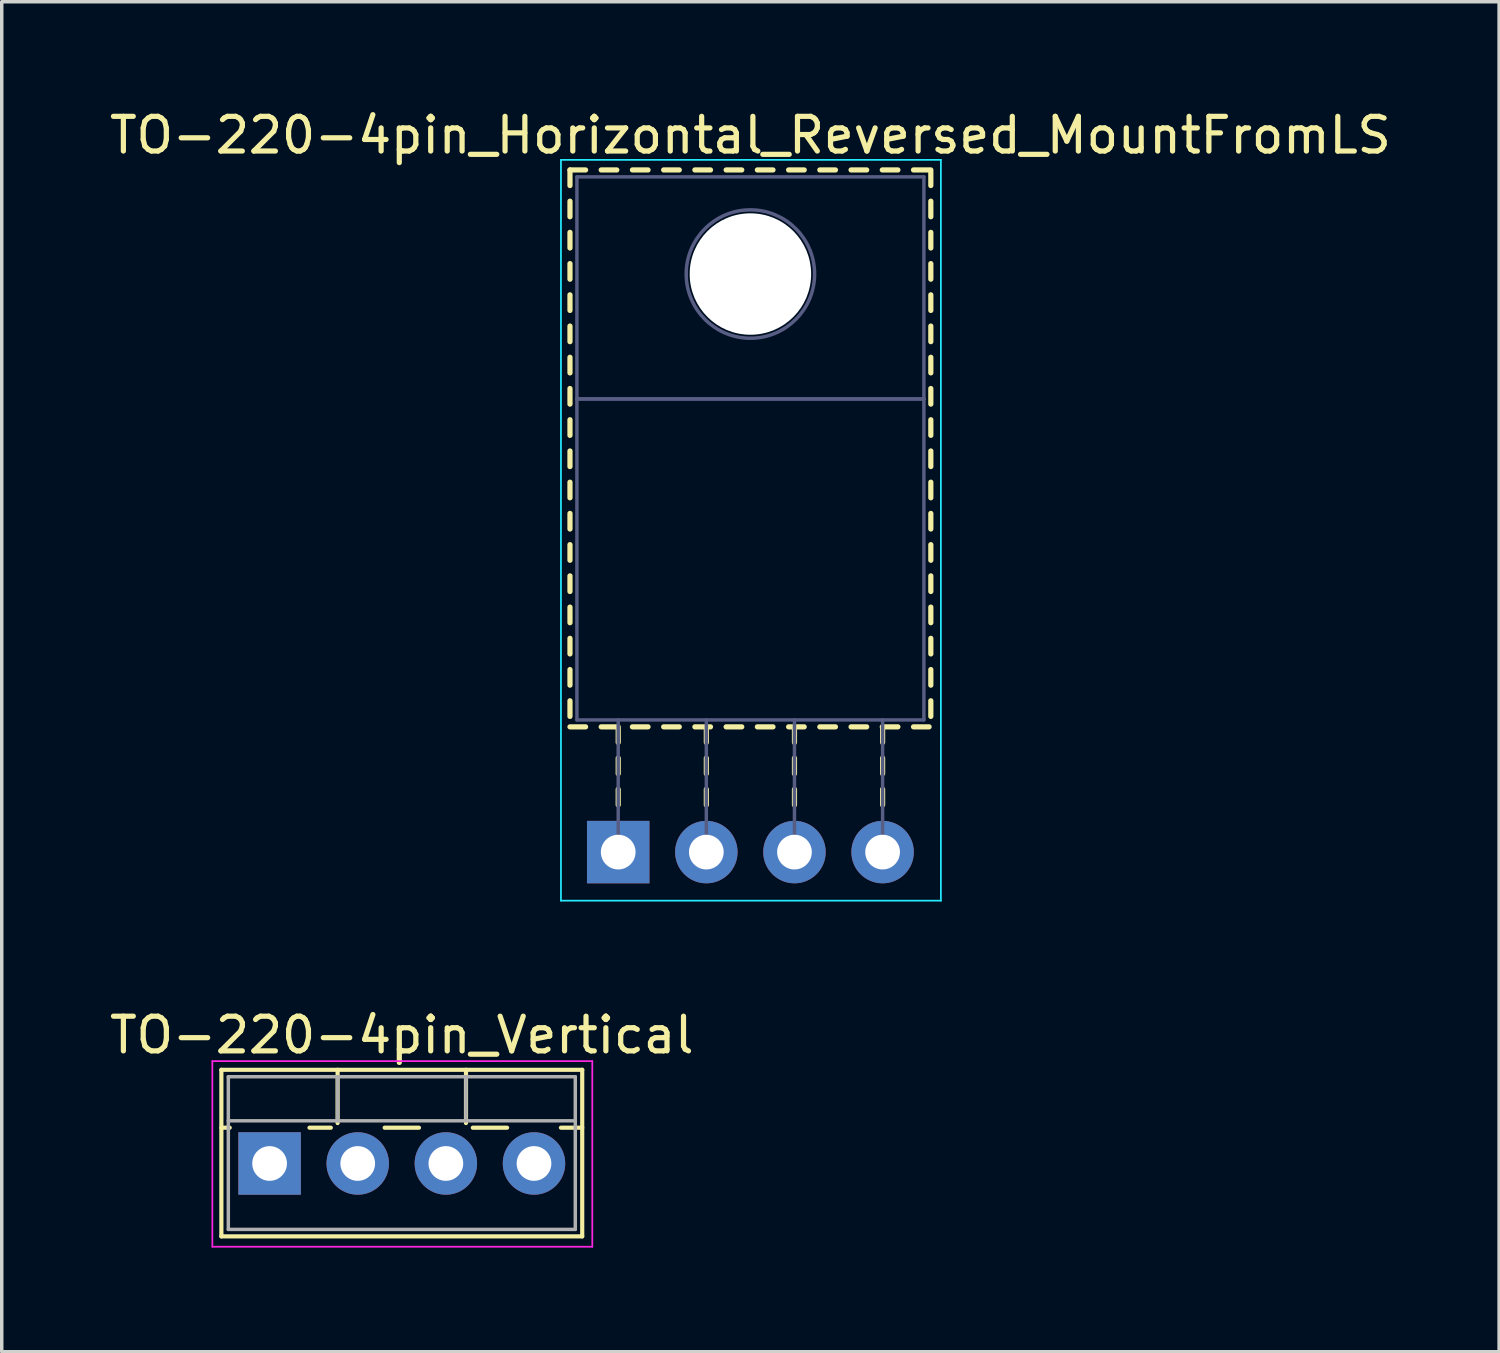
<source format=kicad_pcb>
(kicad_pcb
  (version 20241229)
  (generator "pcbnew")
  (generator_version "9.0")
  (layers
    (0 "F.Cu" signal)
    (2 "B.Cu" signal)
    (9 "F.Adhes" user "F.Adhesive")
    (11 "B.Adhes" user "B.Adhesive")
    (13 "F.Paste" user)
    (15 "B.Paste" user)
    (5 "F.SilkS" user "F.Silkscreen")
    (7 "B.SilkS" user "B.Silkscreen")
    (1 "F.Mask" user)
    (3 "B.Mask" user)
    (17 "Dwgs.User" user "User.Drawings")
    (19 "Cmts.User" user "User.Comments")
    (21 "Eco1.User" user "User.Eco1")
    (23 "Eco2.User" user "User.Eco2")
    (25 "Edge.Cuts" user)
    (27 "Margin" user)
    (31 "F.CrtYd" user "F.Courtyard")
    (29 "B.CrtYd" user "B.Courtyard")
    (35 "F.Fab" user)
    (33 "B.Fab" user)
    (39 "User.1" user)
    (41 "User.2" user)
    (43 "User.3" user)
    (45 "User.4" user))
  (footprint "TO-220-4pin_Vertical"
    (layer "F.Cu")
    (at 4.72 30.482)
    (property "Reference" "TO-220-4pin_Vertical" (at 3.81 -3.7 0) (layer "F.SilkS") (effects (font (size 1 1) (thickness 0.15))))
    (attr through_hole)
    (fp_line (start -1.39 -2.7) (end -1.39 2.101) (stroke (width 0.12) (type solid)) (layer "F.SilkS"))
    (fp_line (start -1.39 -2.7) (end 9.01 -2.7) (stroke (width 0.12) (type solid)) (layer "F.SilkS"))
    (fp_line (start -1.39 -1.031) (end -1.15 -1.031) (stroke (width 0.12) (type solid)) (layer "F.SilkS"))
    (fp_line (start -1.39 2.101) (end 9.01 2.101) (stroke (width 0.12) (type solid)) (layer "F.SilkS"))
    (fp_line (start 1.15 -1.031) (end 1.765 -1.031) (stroke (width 0.12) (type solid)) (layer "F.SilkS"))
    (fp_line (start 1.96 -2.7) (end 1.96 -1.165) (stroke (width 0.12) (type solid)) (layer "F.SilkS"))
    (fp_line (start 3.316 -1.031) (end 4.305 -1.031) (stroke (width 0.12) (type solid)) (layer "F.SilkS"))
    (fp_line (start 5.66 -2.7) (end 5.66 -1.165) (stroke (width 0.12) (type solid)) (layer "F.SilkS"))
    (fp_line (start 5.856 -1.031) (end 6.845 -1.031) (stroke (width 0.12) (type solid)) (layer "F.SilkS"))
    (fp_line (start 8.396 -1.031) (end 9.01 -1.031) (stroke (width 0.12) (type solid)) (layer "F.SilkS"))
    (fp_line (start 9.01 -2.7) (end 9.01 2.101) (stroke (width 0.12) (type solid)) (layer "F.SilkS"))
    (fp_line (start -1.65 -2.95) (end -1.65 2.4) (stroke (width 0.05) (type solid)) (layer "F.CrtYd"))
    (fp_line (start -1.65 2.4) (end 9.3 2.4) (stroke (width 0.05) (type solid)) (layer "F.CrtYd"))
    (fp_line (start 9.3 -2.95) (end -1.65 -2.95) (stroke (width 0.05) (type solid)) (layer "F.CrtYd"))
    (fp_line (start 9.3 2.4) (end 9.3 -2.95) (stroke (width 0.05) (type solid)) (layer "F.CrtYd"))
    (fp_line (start -1.19 -2.5) (end -1.19 1.9) (stroke (width 0.1) (type solid)) (layer "F.Fab"))
    (fp_line (start -1.19 -1.23) (end 8.81 -1.23) (stroke (width 0.1) (type solid)) (layer "F.Fab"))
    (fp_line (start -1.19 1.9) (end 8.81 1.9) (stroke (width 0.1) (type solid)) (layer "F.Fab"))
    (fp_line (start 1.96 -2.5) (end 1.96 -1.23) (stroke (width 0.1) (type solid)) (layer "F.Fab"))
    (fp_line (start 5.66 -2.5) (end 5.66 -1.23) (stroke (width 0.1) (type solid)) (layer "F.Fab"))
    (fp_line (start 8.81 -2.5) (end -1.19 -2.5) (stroke (width 0.1) (type solid)) (layer "F.Fab"))
    (fp_line (start 8.81 1.9) (end 8.81 -2.5) (stroke (width 0.1) (type solid)) (layer "F.Fab"))
    (pad "1" thru_hole rect (at 0 0) (size 1.8 1.8) (drill 1) (layers "*.Cu" "*.Mask"))
    (pad "2" thru_hole oval (at 2.54 0) (size 1.8 1.8) (drill 1) (layers "*.Cu" "*.Mask"))
    (pad "3" thru_hole oval (at 5.08 0) (size 1.8 1.8) (drill 1) (layers "*.Cu" "*.Mask"))
    (pad "4" thru_hole oval (at 7.62 0) (size 1.8 1.8) (drill 1) (layers "*.Cu" "*.Mask")))
  (footprint "TO-220-4pin_Horizontal_Reversed_MountFromLS"
    (layer "F.Cu")
    (at 14.767 21.508)
    (property "Reference" "TO-220-4pin_Horizontal_Reversed_MountFromLS" (at 3.81 -20.66 0) (layer "F.SilkS") (effects (font (size 1 1) (thickness 0.15))))
    (attr through_hole)
    (fp_line (start -1.39 -19.66) (end -1.39 -19.21) (stroke (width 0.15) (type solid)) (layer "F.SilkS"))
    (fp_line (start -1.39 -19.66) (end -0.94 -19.66) (stroke (width 0.15) (type solid)) (layer "F.SilkS"))
    (fp_line (start -1.39 -18.76) (end -1.39 -18.311) (stroke (width 0.15) (type solid)) (layer "F.SilkS"))
    (fp_line (start -1.39 -17.861) (end -1.39 -17.411) (stroke (width 0.15) (type solid)) (layer "F.SilkS"))
    (fp_line (start -1.39 -16.961) (end -1.39 -16.511) (stroke (width 0.15) (type solid)) (layer "F.SilkS"))
    (fp_line (start -1.39 -16.061) (end -1.39 -15.611) (stroke (width 0.15) (type solid)) (layer "F.SilkS"))
    (fp_line (start -1.39 -15.161) (end -1.39 -14.711) (stroke (width 0.15) (type solid)) (layer "F.SilkS"))
    (fp_line (start -1.39 -14.261) (end -1.39 -13.811) (stroke (width 0.15) (type solid)) (layer "F.SilkS"))
    (fp_line (start -1.39 -13.361) (end -1.39 -12.911) (stroke (width 0.15) (type solid)) (layer "F.SilkS"))
    (fp_line (start -1.39 -12.461) (end -1.39 -12.011) (stroke (width 0.15) (type solid)) (layer "F.SilkS"))
    (fp_line (start -1.39 -11.561) (end -1.39 -11.111) (stroke (width 0.15) (type solid)) (layer "F.SilkS"))
    (fp_line (start -1.39 -10.661) (end -1.39 -10.211) (stroke (width 0.15) (type solid)) (layer "F.SilkS"))
    (fp_line (start -1.39 -9.761) (end -1.39 -9.311) (stroke (width 0.15) (type solid)) (layer "F.SilkS"))
    (fp_line (start -1.39 -8.861) (end -1.39 -8.411) (stroke (width 0.15) (type solid)) (layer "F.SilkS"))
    (fp_line (start -1.39 -7.961) (end -1.39 -7.511) (stroke (width 0.15) (type solid)) (layer "F.SilkS"))
    (fp_line (start -1.39 -7.061) (end -1.39 -6.611) (stroke (width 0.15) (type solid)) (layer "F.SilkS"))
    (fp_line (start -1.39 -6.161) (end -1.39 -5.711) (stroke (width 0.15) (type solid)) (layer "F.SilkS"))
    (fp_line (start -1.39 -5.261) (end -1.39 -4.811) (stroke (width 0.15) (type solid)) (layer "F.SilkS"))
    (fp_line (start -1.39 -4.361) (end -1.39 -3.911) (stroke (width 0.15) (type solid)) (layer "F.SilkS"))
    (fp_line (start -1.39 -3.61) (end -0.94 -3.61) (stroke (width 0.15) (type solid)) (layer "F.SilkS"))
    (fp_line (start -0.49 -19.66) (end -0.041 -19.66) (stroke (width 0.15) (type solid)) (layer "F.SilkS"))
    (fp_line (start -0.49 -3.61) (end -0.041 -3.61) (stroke (width 0.15) (type solid)) (layer "F.SilkS"))
    (fp_line (start 0 -3.61) (end 0 -3.16) (stroke (width 0.15) (type solid)) (layer "F.SilkS"))
    (fp_line (start 0 -2.71) (end 0 -2.26) (stroke (width 0.15) (type solid)) (layer "F.SilkS"))
    (fp_line (start 0 -1.81) (end 0 -1.36) (stroke (width 0.15) (type solid)) (layer "F.SilkS"))
    (fp_line (start 0.41 -19.66) (end 0.86 -19.66) (stroke (width 0.15) (type solid)) (layer "F.SilkS"))
    (fp_line (start 0.41 -3.61) (end 0.86 -3.61) (stroke (width 0.15) (type solid)) (layer "F.SilkS"))
    (fp_line (start 1.31 -19.66) (end 1.76 -19.66) (stroke (width 0.15) (type solid)) (layer "F.SilkS"))
    (fp_line (start 1.31 -3.61) (end 1.76 -3.61) (stroke (width 0.15) (type solid)) (layer "F.SilkS"))
    (fp_line (start 2.21 -19.66) (end 2.66 -19.66) (stroke (width 0.15) (type solid)) (layer "F.SilkS"))
    (fp_line (start 2.21 -3.61) (end 2.66 -3.61) (stroke (width 0.15) (type solid)) (layer "F.SilkS"))
    (fp_line (start 2.54 -3.61) (end 2.54 -3.16) (stroke (width 0.15) (type solid)) (layer "F.SilkS"))
    (fp_line (start 2.54 -2.71) (end 2.54 -2.26) (stroke (width 0.15) (type solid)) (layer "F.SilkS"))
    (fp_line (start 2.54 -1.81) (end 2.54 -1.36) (stroke (width 0.15) (type solid)) (layer "F.SilkS"))
    (fp_line (start 3.111 -19.66) (end 3.561 -19.66) (stroke (width 0.15) (type solid)) (layer "F.SilkS"))
    (fp_line (start 3.111 -3.61) (end 3.561 -3.61) (stroke (width 0.15) (type solid)) (layer "F.SilkS"))
    (fp_line (start 4.011 -19.66) (end 4.461 -19.66) (stroke (width 0.15) (type solid)) (layer "F.SilkS"))
    (fp_line (start 4.011 -3.61) (end 4.461 -3.61) (stroke (width 0.15) (type solid)) (layer "F.SilkS"))
    (fp_line (start 4.911 -19.66) (end 5.361 -19.66) (stroke (width 0.15) (type solid)) (layer "F.SilkS"))
    (fp_line (start 4.911 -3.61) (end 5.361 -3.61) (stroke (width 0.15) (type solid)) (layer "F.SilkS"))
    (fp_line (start 5.08 -3.61) (end 5.08 -3.16) (stroke (width 0.15) (type solid)) (layer "F.SilkS"))
    (fp_line (start 5.08 -2.71) (end 5.08 -2.26) (stroke (width 0.15) (type solid)) (layer "F.SilkS"))
    (fp_line (start 5.08 -1.81) (end 5.08 -1.36) (stroke (width 0.15) (type solid)) (layer "F.SilkS"))
    (fp_line (start 5.811 -19.66) (end 6.261 -19.66) (stroke (width 0.15) (type solid)) (layer "F.SilkS"))
    (fp_line (start 5.811 -3.61) (end 6.261 -3.61) (stroke (width 0.15) (type solid)) (layer "F.SilkS"))
    (fp_line (start 6.711 -19.66) (end 7.161 -19.66) (stroke (width 0.15) (type solid)) (layer "F.SilkS"))
    (fp_line (start 6.711 -3.61) (end 7.161 -3.61) (stroke (width 0.15) (type solid)) (layer "F.SilkS"))
    (fp_line (start 7.611 -19.66) (end 8.061 -19.66) (stroke (width 0.15) (type solid)) (layer "F.SilkS"))
    (fp_line (start 7.611 -3.61) (end 8.061 -3.61) (stroke (width 0.15) (type solid)) (layer "F.SilkS"))
    (fp_line (start 7.62 -3.61) (end 7.62 -3.16) (stroke (width 0.15) (type solid)) (layer "F.SilkS"))
    (fp_line (start 7.62 -2.71) (end 7.62 -2.26) (stroke (width 0.15) (type solid)) (layer "F.SilkS"))
    (fp_line (start 7.62 -1.81) (end 7.62 -1.36) (stroke (width 0.15) (type solid)) (layer "F.SilkS"))
    (fp_line (start 8.511 -19.66) (end 8.96 -19.66) (stroke (width 0.15) (type solid)) (layer "F.SilkS"))
    (fp_line (start 8.511 -3.61) (end 8.96 -3.61) (stroke (width 0.15) (type solid)) (layer "F.SilkS"))
    (fp_line (start 9.01 -19.66) (end 9.01 -19.21) (stroke (width 0.15) (type solid)) (layer "F.SilkS"))
    (fp_line (start 9.01 -18.76) (end 9.01 -18.311) (stroke (width 0.15) (type solid)) (layer "F.SilkS"))
    (fp_line (start 9.01 -17.861) (end 9.01 -17.411) (stroke (width 0.15) (type solid)) (layer "F.SilkS"))
    (fp_line (start 9.01 -16.961) (end 9.01 -16.511) (stroke (width 0.15) (type solid)) (layer "F.SilkS"))
    (fp_line (start 9.01 -16.061) (end 9.01 -15.611) (stroke (width 0.15) (type solid)) (layer "F.SilkS"))
    (fp_line (start 9.01 -15.161) (end 9.01 -14.711) (stroke (width 0.15) (type solid)) (layer "F.SilkS"))
    (fp_line (start 9.01 -14.261) (end 9.01 -13.811) (stroke (width 0.15) (type solid)) (layer "F.SilkS"))
    (fp_line (start 9.01 -13.361) (end 9.01 -12.911) (stroke (width 0.15) (type solid)) (layer "F.SilkS"))
    (fp_line (start 9.01 -12.461) (end 9.01 -12.011) (stroke (width 0.15) (type solid)) (layer "F.SilkS"))
    (fp_line (start 9.01 -11.561) (end 9.01 -11.111) (stroke (width 0.15) (type solid)) (layer "F.SilkS"))
    (fp_line (start 9.01 -10.661) (end 9.01 -10.211) (stroke (width 0.15) (type solid)) (layer "F.SilkS"))
    (fp_line (start 9.01 -9.761) (end 9.01 -9.311) (stroke (width 0.15) (type solid)) (layer "F.SilkS"))
    (fp_line (start 9.01 -8.861) (end 9.01 -8.411) (stroke (width 0.15) (type solid)) (layer "F.SilkS"))
    (fp_line (start 9.01 -7.961) (end 9.01 -7.511) (stroke (width 0.15) (type solid)) (layer "F.SilkS"))
    (fp_line (start 9.01 -7.061) (end 9.01 -6.611) (stroke (width 0.15) (type solid)) (layer "F.SilkS"))
    (fp_line (start 9.01 -6.161) (end 9.01 -5.711) (stroke (width 0.15) (type solid)) (layer "F.SilkS"))
    (fp_line (start 9.01 -5.261) (end 9.01 -4.811) (stroke (width 0.15) (type solid)) (layer "F.SilkS"))
    (fp_line (start 9.01 -4.361) (end 9.01 -3.911) (stroke (width 0.15) (type solid)) (layer "F.SilkS"))
    (fp_line (start -1.65 -19.95) (end -1.65 1.4) (stroke (width 0.05) (type solid)) (layer "B.CrtYd"))
    (fp_line (start -1.65 1.4) (end 9.3 1.4) (stroke (width 0.05) (type solid)) (layer "B.CrtYd"))
    (fp_line (start 9.3 -19.95) (end -1.65 -19.95) (stroke (width 0.05) (type solid)) (layer "B.CrtYd"))
    (fp_line (start 9.3 1.4) (end 9.3 -19.95) (stroke (width 0.05) (type solid)) (layer "B.CrtYd"))
    (fp_line (start -1.19 -19.46) (end 8.81 -19.46) (stroke (width 0.1) (type solid)) (layer "B.Fab"))
    (fp_line (start -1.19 -13.06) (end -1.19 -19.46) (stroke (width 0.1) (type solid)) (layer "B.Fab"))
    (fp_line (start -1.19 -13.06) (end 8.81 -13.06) (stroke (width 0.1) (type solid)) (layer "B.Fab"))
    (fp_line (start -1.19 -3.81) (end -1.19 -13.06) (stroke (width 0.1) (type solid)) (layer "B.Fab"))
    (fp_line (start 0 -3.81) (end 0 0) (stroke (width 0.1) (type solid)) (layer "B.Fab"))
    (fp_line (start 2.54 -3.81) (end 2.54 0) (stroke (width 0.1) (type solid)) (layer "B.Fab"))
    (fp_line (start 5.08 -3.81) (end 5.08 0) (stroke (width 0.1) (type solid)) (layer "B.Fab"))
    (fp_line (start 7.62 -3.81) (end 7.62 0) (stroke (width 0.1) (type solid)) (layer "B.Fab"))
    (fp_line (start 8.81 -19.46) (end 8.81 -13.06) (stroke (width 0.1) (type solid)) (layer "B.Fab"))
    (fp_line (start 8.81 -13.06) (end -1.19 -13.06) (stroke (width 0.1) (type solid)) (layer "B.Fab"))
    (fp_line (start 8.81 -13.06) (end 8.81 -3.81) (stroke (width 0.1) (type solid)) (layer "B.Fab"))
    (fp_line (start 8.81 -3.81) (end -1.19 -3.81) (stroke (width 0.1) (type solid)) (layer "B.Fab"))
    (fp_circle (center 3.81 -16.66) (end 5.66 -16.66) (stroke (width 0.1) (type solid)) (fill no) (layer "B.Fab"))
    (pad "" np_thru_hole oval (at 3.81 -16.66) (size 3.5 3.5) (drill 3.5) (layers "*.Cu" "*.Mask"))
    (pad "1" thru_hole rect (at 0 0) (size 1.8 1.8) (drill 1) (layers "*.Cu" "*.Mask"))
    (pad "2" thru_hole oval (at 2.54 0) (size 1.8 1.8) (drill 1) (layers "*.Cu" "*.Mask"))
    (pad "3" thru_hole oval (at 5.08 0) (size 1.8 1.8) (drill 1) (layers "*.Cu" "*.Mask"))
    (pad "4" thru_hole oval (at 7.62 0) (size 1.8 1.8) (drill 1) (layers "*.Cu" "*.Mask")))
  (gr_rect
    (start -3 -3)
    (end 40.155 35.907)
    (stroke (width 0.1) (type default))
    (fill no)
    (layer "Edge.Cuts")))
</source>
